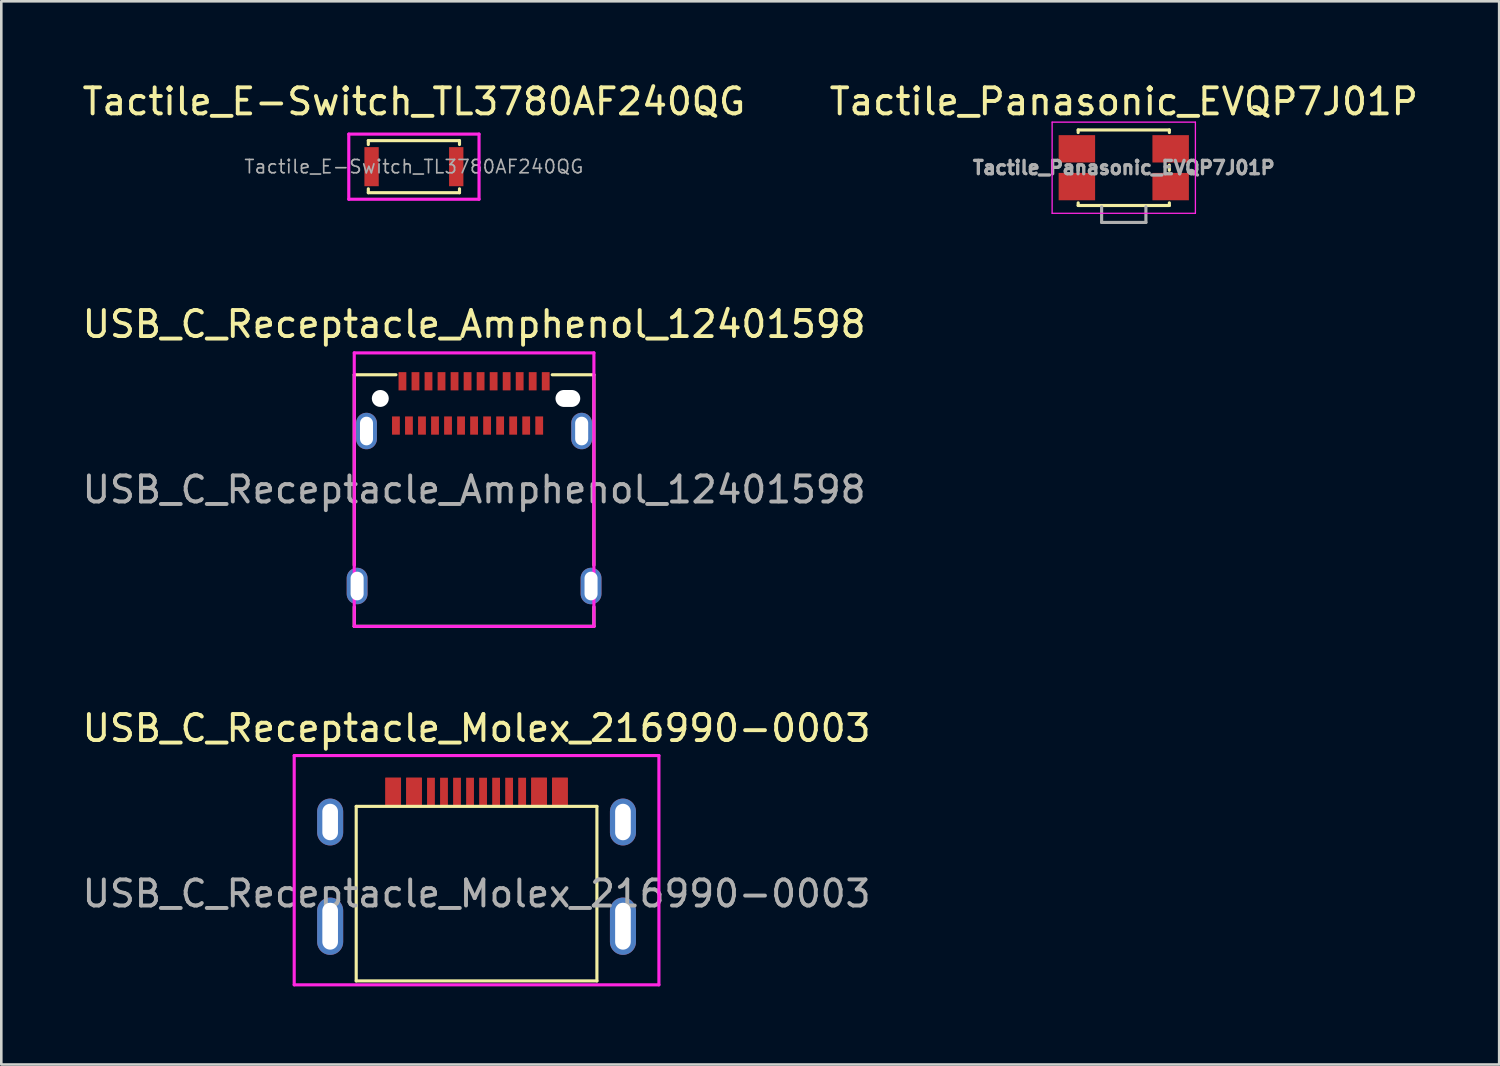
<source format=kicad_pcb>
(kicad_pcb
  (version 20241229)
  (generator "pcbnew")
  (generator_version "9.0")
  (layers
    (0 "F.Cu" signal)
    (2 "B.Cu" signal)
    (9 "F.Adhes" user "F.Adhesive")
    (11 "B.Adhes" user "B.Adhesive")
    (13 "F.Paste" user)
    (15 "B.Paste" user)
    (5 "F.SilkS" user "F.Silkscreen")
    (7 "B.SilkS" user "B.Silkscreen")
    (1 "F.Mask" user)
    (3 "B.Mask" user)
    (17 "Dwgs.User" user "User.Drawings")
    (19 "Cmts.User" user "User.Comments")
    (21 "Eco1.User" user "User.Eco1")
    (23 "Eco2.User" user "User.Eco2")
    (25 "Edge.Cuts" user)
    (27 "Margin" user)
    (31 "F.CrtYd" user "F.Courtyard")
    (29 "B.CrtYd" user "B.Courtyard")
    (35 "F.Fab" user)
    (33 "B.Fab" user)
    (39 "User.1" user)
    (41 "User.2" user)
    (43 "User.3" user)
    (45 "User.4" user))
  (footprint "USB_C_Receptacle_Molex_216990-0003"
    (layer "F.Cu")
    (at 15.244 31.255)
    (property "Reference" "USB_C_Receptacle_Molex_216990-0003" (at 0 -6.35 0) (unlocked yes) (layer "F.SilkS") (effects (font (size 1 1) (thickness 0.15))))
    (attr smd)
    (fp_line (start -4.62 -3.35) (end 4.62 -3.35) (stroke (width 0.12) (type solid)) (layer "F.SilkS"))
    (fp_line (start -4.62 3.35) (end -4.62 -3.35) (stroke (width 0.12) (type solid)) (layer "F.SilkS"))
    (fp_line (start -4.62 3.35) (end 4.62 3.35) (stroke (width 0.12) (type solid)) (layer "F.SilkS"))
    (fp_line (start 4.62 3.35) (end 4.62 -3.35) (stroke (width 0.12) (type solid)) (layer "F.SilkS"))
    (fp_line (start -7 -5.3) (end 7 -5.3) (stroke (width 0.12) (type solid)) (layer "F.CrtYd"))
    (fp_line (start -7 3.5) (end -7 -5.3) (stroke (width 0.12) (type solid)) (layer "F.CrtYd"))
    (fp_line (start 7 -5.3) (end 7 3.5) (stroke (width 0.12) (type solid)) (layer "F.CrtYd"))
    (fp_line (start 7 3.5) (end -7 3.5) (stroke (width 0.12) (type solid)) (layer "F.CrtYd"))
    (fp_text user "${REFERENCE}" (at 0 0 0) (unlocked yes) (layer "F.Fab") (effects (font (size 1 1) (thickness 0.15))))
    (pad "A1" smd rect (at -3.2 -3.9) (size 0.6 1.1) (layers "F.Cu" "F.Mask" "F.Paste"))
    (pad "A4" smd rect (at -2.4 -3.9) (size 0.6 1.1) (layers "F.Cu" "F.Mask" "F.Paste"))
    (pad "A5" smd rect (at -1.25 -3.9) (size 0.3 1.1) (layers "F.Cu" "F.Mask" "F.Paste"))
    (pad "A6" smd rect (at -0.25 -3.9) (size 0.3 1.1) (layers "F.Cu" "F.Mask" "F.Paste"))
    (pad "A7" smd rect (at 0.25 -3.9) (size 0.3 1.1) (layers "F.Cu" "F.Mask" "F.Paste"))
    (pad "A8" smd rect (at 1.25 -3.9) (size 0.3 1.1) (layers "F.Cu" "F.Mask" "F.Paste"))
    (pad "A9" smd rect (at 2.4 -3.9) (size 0.6 1.1) (layers "F.Cu" "F.Mask" "F.Paste"))
    (pad "A12" smd rect (at 3.2 -3.9) (size 0.6 1.1) (layers "F.Cu" "F.Mask" "F.Paste"))
    (pad "B1" smd rect (at 3.2 -3.9) (size 0.6 1.1) (layers "F.Cu" "F.Mask" "F.Paste"))
    (pad "B4" smd rect (at 2.4 -3.9) (size 0.6 1.1) (layers "F.Cu" "F.Mask" "F.Paste"))
    (pad "B5" smd rect (at 1.75 -3.9) (size 0.3 1.1) (layers "F.Cu" "F.Mask" "F.Paste"))
    (pad "B6" smd rect (at 0.75 -3.9) (size 0.3 1.1) (layers "F.Cu" "F.Mask" "F.Paste"))
    (pad "B7" smd rect (at -0.75 -3.9) (size 0.3 1.1) (layers "F.Cu" "F.Mask" "F.Paste"))
    (pad "B8" smd rect (at -1.75 -3.9) (size 0.3 1.1) (layers "F.Cu" "F.Mask" "F.Paste"))
    (pad "B9" smd rect (at -2.4 -3.9) (size 0.6 1.1) (layers "F.Cu" "F.Mask" "F.Paste"))
    (pad "B12" smd rect (at -3.2 -3.9) (size 0.6 1.1) (layers "F.Cu" "F.Mask" "F.Paste"))
    (pad "S1" thru_hole oval (at -5.62 -2.75) (size 1 1.8) (drill oval 0.6 1.4) (layers "*.Cu" "*.Mask"))
    (pad "S1" thru_hole oval (at -5.62 1.25) (size 1 2.2) (drill oval 0.6 1.8) (layers "*.Cu" "*.Mask"))
    (pad "S1" thru_hole oval (at 5.62 -2.75) (size 1 1.8) (drill oval 0.6 1.4) (layers "*.Cu" "*.Mask"))
    (pad "S1" thru_hole oval (at 5.62 1.25) (size 1 2.2) (drill oval 0.6 1.8) (layers "*.Cu" "*.Mask")))
  (footprint "USB_C_Receptacle_Amphenol_12401598"
    (layer "F.Cu")
    (at 15.149 15.746)
    (property "Reference" "USB_C_Receptacle_Amphenol_12401598" (at 0 -6.35 0) (unlocked yes) (layer "F.SilkS") (effects (font (size 1 1) (thickness 0.15))))
    (attr through_hole)
    (fp_line (start -4.6 -4.41) (end -4.6 2.9) (stroke (width 0.12) (type solid)) (layer "F.SilkS"))
    (fp_line (start -4.6 -4.41) (end -3 -4.41) (stroke (width 0.12) (type solid)) (layer "F.SilkS"))
    (fp_line (start -4.6 5.25) (end -4.6 4.5) (stroke (width 0.12) (type solid)) (layer "F.SilkS"))
    (fp_line (start -4.6 5.25) (end 4.6 5.25) (stroke (width 0.12) (type solid)) (layer "F.SilkS"))
    (fp_line (start 4.6 -4.41) (end 3 -4.41) (stroke (width 0.12) (type solid)) (layer "F.SilkS"))
    (fp_line (start 4.6 -4.41) (end 4.6 2.9) (stroke (width 0.12) (type solid)) (layer "F.SilkS"))
    (fp_line (start 4.6 5.25) (end 4.6 4.5) (stroke (width 0.12) (type solid)) (layer "F.SilkS"))
    (fp_line (start -4.6 -5.25) (end 4.6 -5.25) (stroke (width 0.12) (type solid)) (layer "F.CrtYd"))
    (fp_line (start -4.6 5.25) (end -4.6 -5.25) (stroke (width 0.12) (type solid)) (layer "F.CrtYd"))
    (fp_line (start 4.6 -5.25) (end 4.6 5.25) (stroke (width 0.12) (type solid)) (layer "F.CrtYd"))
    (fp_line (start 4.6 5.25) (end -4.6 5.25) (stroke (width 0.12) (type solid)) (layer "F.CrtYd"))
    (fp_text user "${REFERENCE}" (at 0 0 0) (unlocked yes) (layer "F.Fab") (effects (font (size 1 1) (thickness 0.15))))
    (pad "" np_thru_hole circle (at -3.6 -3.5) (size 0.65 0.65) (drill 0.65) (layers "*.Cu" "*.Mask"))
    (pad "" np_thru_hole oval (at 3.6 -3.5) (size 0.95 0.65) (drill oval 0.95 0.65) (layers "*.Cu" "*.Mask"))
    (pad "A1" smd rect (at -2.75 -4.16) (size 0.3 0.7) (layers "F.Cu" "F.Mask" "F.Paste"))
    (pad "A2" smd rect (at -2.25 -4.16) (size 0.3 0.7) (layers "F.Cu" "F.Mask" "F.Paste"))
    (pad "A3" smd rect (at -1.75 -4.16) (size 0.3 0.7) (layers "F.Cu" "F.Mask" "F.Paste"))
    (pad "A4" smd rect (at -1.25 -4.16) (size 0.3 0.7) (layers "F.Cu" "F.Mask" "F.Paste"))
    (pad "A5" smd rect (at -0.75 -4.16) (size 0.3 0.7) (layers "F.Cu" "F.Mask" "F.Paste"))
    (pad "A6" smd rect (at -0.25 -4.16) (size 0.3 0.7) (layers "F.Cu" "F.Mask" "F.Paste"))
    (pad "A7" smd rect (at 0.25 -4.16) (size 0.3 0.7) (layers "F.Cu" "F.Mask" "F.Paste"))
    (pad "A8" smd rect (at 0.75 -4.16) (size 0.3 0.7) (layers "F.Cu" "F.Mask" "F.Paste"))
    (pad "A9" smd rect (at 1.25 -4.16) (size 0.3 0.7) (layers "F.Cu" "F.Mask" "F.Paste"))
    (pad "A10" smd rect (at 1.75 -4.16) (size 0.3 0.7) (layers "F.Cu" "F.Mask" "F.Paste"))
    (pad "A11" smd rect (at 2.25 -4.16) (size 0.3 0.7) (layers "F.Cu" "F.Mask" "F.Paste"))
    (pad "A12" smd rect (at 2.75 -4.16) (size 0.3 0.7) (layers "F.Cu" "F.Mask" "F.Paste"))
    (pad "B1" smd rect (at 2.5 -2.46) (size 0.3 0.7) (layers "F.Cu" "F.Mask" "F.Paste"))
    (pad "B2" smd rect (at 2 -2.46) (size 0.3 0.7) (layers "F.Cu" "F.Mask" "F.Paste"))
    (pad "B3" smd rect (at 1.5 -2.46) (size 0.3 0.7) (layers "F.Cu" "F.Mask" "F.Paste"))
    (pad "B4" smd rect (at 1 -2.46) (size 0.3 0.7) (layers "F.Cu" "F.Mask" "F.Paste"))
    (pad "B5" smd rect (at 0.5 -2.46) (size 0.3 0.7) (layers "F.Cu" "F.Mask" "F.Paste"))
    (pad "B6" smd rect (at 0 -2.46) (size 0.3 0.7) (layers "F.Cu" "F.Mask" "F.Paste"))
    (pad "B7" smd rect (at -0.5 -2.46) (size 0.3 0.7) (layers "F.Cu" "F.Mask" "F.Paste"))
    (pad "B8" smd rect (at -1 -2.46) (size 0.3 0.7) (layers "F.Cu" "F.Mask" "F.Paste"))
    (pad "B9" smd rect (at -1.5 -2.46) (size 0.3 0.7) (layers "F.Cu" "F.Mask" "F.Paste"))
    (pad "B10" smd rect (at -2 -2.46) (size 0.3 0.7) (layers "F.Cu" "F.Mask" "F.Paste"))
    (pad "B11" smd rect (at -2.5 -2.46) (size 0.3 0.7) (layers "F.Cu" "F.Mask" "F.Paste"))
    (pad "B12" smd rect (at -3 -2.46) (size 0.3 0.7) (layers "F.Cu" "F.Mask" "F.Paste"))
    (pad "S1" thru_hole oval (at -4.49 3.7) (size 0.8 1.4) (drill oval 0.5 1.1) (layers "*.Cu" "*.Mask"))
    (pad "S1" thru_hole oval (at -4.13 -2.25) (size 0.8 1.4) (drill oval 0.5 1.1) (layers "*.Cu" "*.Mask"))
    (pad "S1" thru_hole oval (at 4.13 -2.25) (size 0.8 1.4) (drill oval 0.5 1.1) (layers "*.Cu" "*.Mask"))
    (pad "S1" thru_hole oval (at 4.49 3.7) (size 0.8 1.4) (drill oval 0.5 1.1) (layers "*.Cu" "*.Mask")))
  (footprint "Tactile_E-Switch_TL3780AF240QG"
    (layer "F.Cu")
    (at 12.839 3.348)
    (property "Reference" "Tactile_E-Switch_TL3780AF240QG" (at 0 -2.5 0) (unlocked yes) (layer "F.SilkS") (effects (font (size 1 1) (thickness 0.15))))
    (attr smd)
    (fp_line (start -1.75 -1) (end -1.75 -0.85) (stroke (width 0.12) (type solid)) (layer "F.SilkS"))
    (fp_line (start -1.75 -1) (end 1.75 -1) (stroke (width 0.12) (type solid)) (layer "F.SilkS"))
    (fp_line (start -1.75 1) (end -1.75 0.85) (stroke (width 0.12) (type solid)) (layer "F.SilkS"))
    (fp_line (start -1.75 1) (end 1.75 1) (stroke (width 0.12) (type solid)) (layer "F.SilkS"))
    (fp_line (start 1.75 -1) (end 1.75 -0.85) (stroke (width 0.12) (type solid)) (layer "F.SilkS"))
    (fp_line (start 1.75 1) (end 1.75 0.85) (stroke (width 0.12) (type solid)) (layer "F.SilkS"))
    (fp_line (start -2.5 -1.25) (end 2.5 -1.25) (stroke (width 0.12) (type solid)) (layer "F.CrtYd"))
    (fp_line (start -2.5 1.25) (end -2.5 -1.25) (stroke (width 0.12) (type solid)) (layer "F.CrtYd"))
    (fp_line (start 2.5 -1.25) (end 2.5 1.25) (stroke (width 0.12) (type solid)) (layer "F.CrtYd"))
    (fp_line (start 2.5 1.25) (end -2.5 1.25) (stroke (width 0.12) (type solid)) (layer "F.CrtYd"))
    (fp_text user "${REFERENCE}" (at 0 0 0) (unlocked yes) (layer "F.Fab") (effects (font (size 0.512 0.512) (thickness 0.064))))
    (pad "1" smd rect (at -1.625 0) (size 0.55 1.5) (layers "F.Cu" "F.Mask" "F.Paste"))
    (pad "2" smd rect (at 1.625 0) (size 0.55 1.5) (layers "F.Cu" "F.Mask" "F.Paste")))
  (footprint "Tactile_Panasonic_EVQP7J01P"
    (layer "F.Cu")
    (at 40.089 3.388)
    (property "Reference" "Tactile_Panasonic_EVQP7J01P" (at 0 -2.54 0) (unlocked yes) (layer "F.SilkS") (effects (font (size 1 1) (thickness 0.15))))
    (attr smd)
    (fp_line (start -1.75 -1.45) (end -1.75 -1.35) (stroke (width 0.12) (type solid)) (layer "F.SilkS"))
    (fp_line (start -1.75 -1.45) (end 1.75 -1.45) (stroke (width 0.12) (type solid)) (layer "F.SilkS"))
    (fp_line (start -1.75 0.1) (end -1.75 -0.1) (stroke (width 0.12) (type solid)) (layer "F.SilkS"))
    (fp_line (start -1.75 1.45) (end -1.75 1.35) (stroke (width 0.12) (type solid)) (layer "F.SilkS"))
    (fp_line (start -1.75 1.45) (end 1.75 1.45) (stroke (width 0.12) (type solid)) (layer "F.SilkS"))
    (fp_line (start 1.75 -1.45) (end 1.75 -1.35) (stroke (width 0.12) (type solid)) (layer "F.SilkS"))
    (fp_line (start 1.75 0.1) (end 1.75 -0.1) (stroke (width 0.12) (type solid)) (layer "F.SilkS"))
    (fp_line (start 1.75 1.45) (end 1.75 1.35) (stroke (width 0.12) (type solid)) (layer "F.SilkS"))
    (fp_line (start -2.75 -1.75) (end -2.75 1.75) (stroke (width 0.05) (type solid)) (layer "F.CrtYd"))
    (fp_line (start -2.75 -1.75) (end 2.75 -1.75) (stroke (width 0.05) (type solid)) (layer "F.CrtYd"))
    (fp_line (start -2.75 1.75) (end 2.75 1.75) (stroke (width 0.05) (type solid)) (layer "F.CrtYd"))
    (fp_line (start 2.75 -1.75) (end 2.75 1.75) (stroke (width 0.05) (type solid)) (layer "F.CrtYd"))
    (fp_line (start -0.85 2.1) (end -0.85 1.5) (stroke (width 0.12) (type solid)) (layer "F.Fab"))
    (fp_line (start -0.85 2.1) (end 0.85 2.1) (stroke (width 0.12) (type solid)) (layer "F.Fab"))
    (fp_line (start 0.85 2.1) (end 0.85 1.5) (stroke (width 0.12) (type solid)) (layer "F.Fab"))
    (fp_text user "${REFERENCE}" (at 0 0 0) (unlocked yes) (layer "F.Fab") (effects (font (size 0.512 0.512) (thickness 0.128))))
    (pad "1" smd rect (at -1.8 -0.725) (size 1.4 1.05) (layers "F.Cu" "F.Mask" "F.Paste"))
    (pad "1" smd rect (at 1.8 -0.725) (size 1.4 1.05) (layers "F.Cu" "F.Mask" "F.Paste"))
    (pad "2" smd rect (at -1.8 0.725) (size 1.4 1.05) (layers "F.Cu" "F.Mask" "F.Paste"))
    (pad "2" smd rect (at 1.8 0.725) (size 1.4 1.05) (layers "F.Cu" "F.Mask" "F.Paste")))
  (gr_rect
    (start -3 -3)
    (end 54.5 37.815)
    (stroke (width 0.1) (type default))
    (fill no)
    (layer "Edge.Cuts")))
</source>
